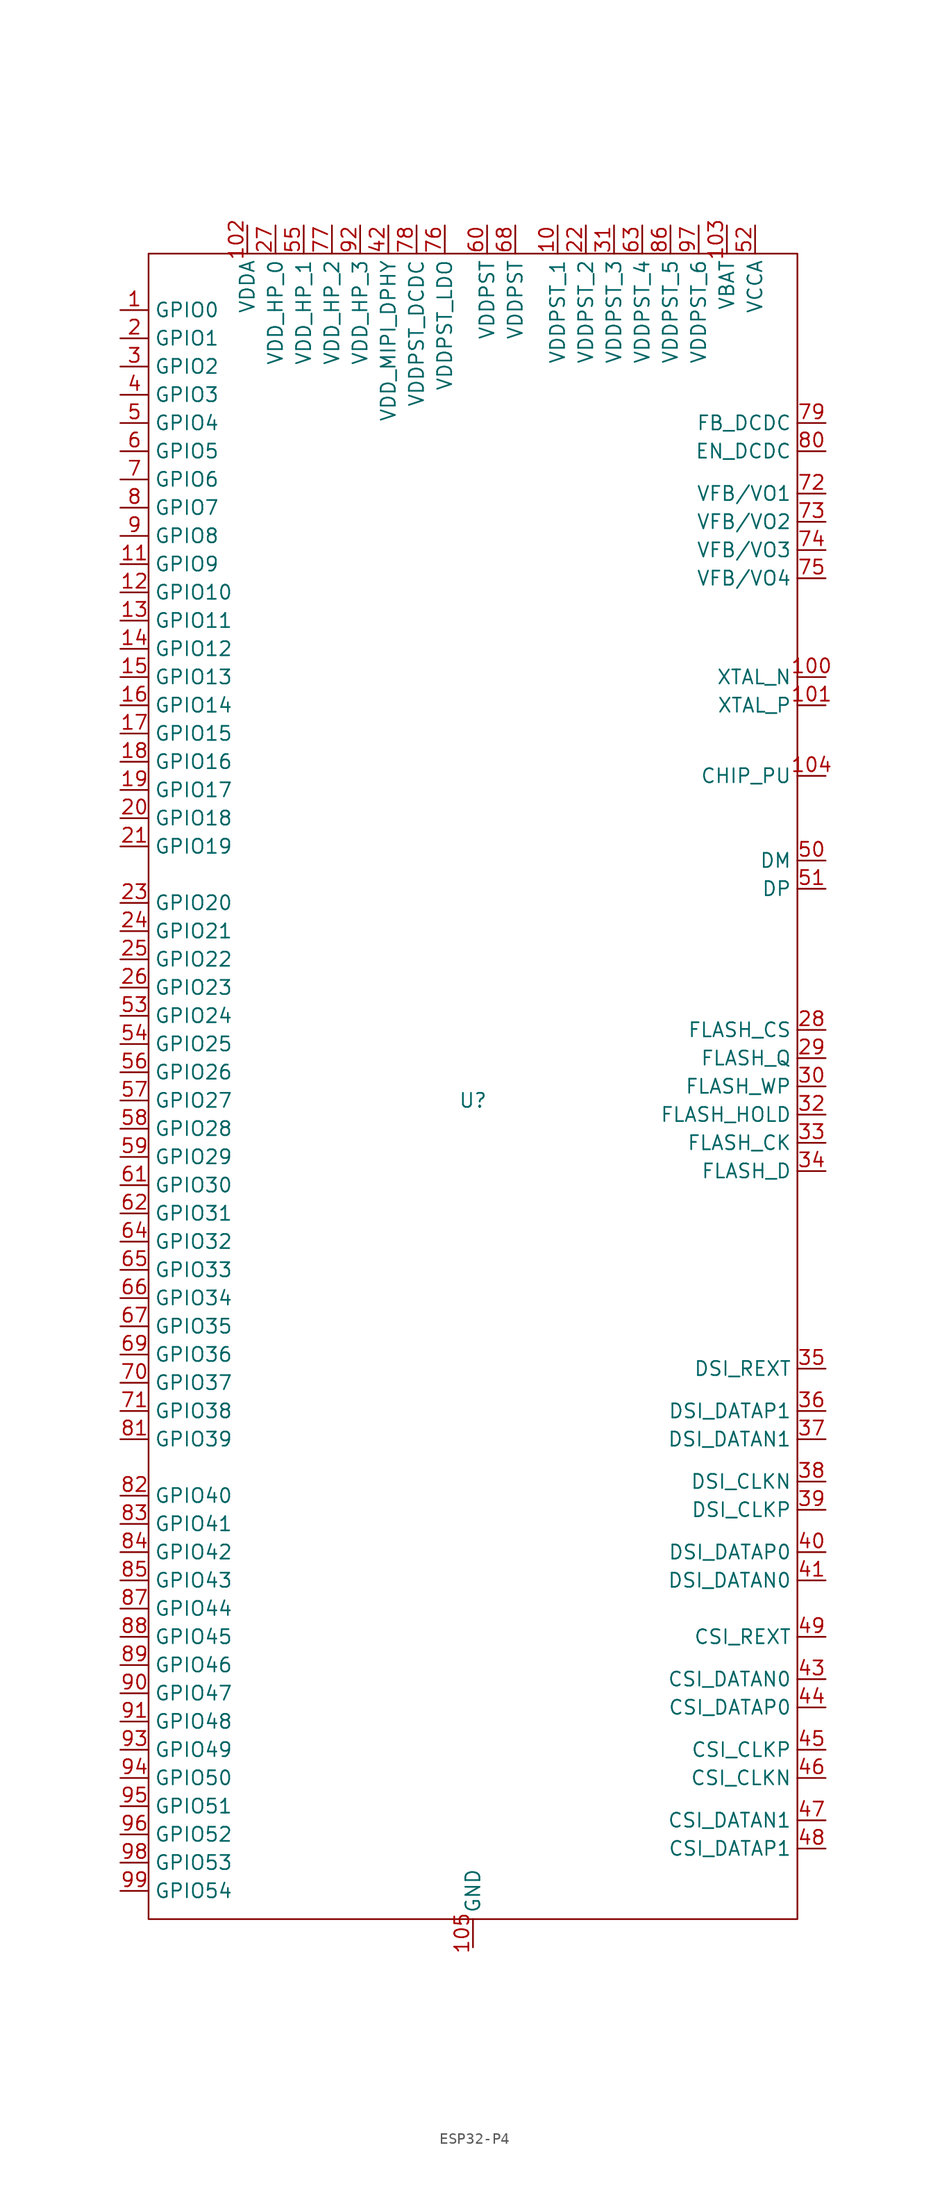
<source format=kicad_sym>
(kicad_symbol_lib
  (version 20231120)
  (generator "kicad_symbol_editor")
  (generator_version "8.0")
  (symbol "ESP32-P4"
    (property "Reference" "U"
      (at 0 0 0)
      (effects (font (size 1.27 1.27))))
    (property "Value" ""
      (at -6.35 0 0)
      (effects (font (size 1.27 1.27))))
    (symbol "ESP32-P4_1_1"
      (rectangle (start -29.21 76.2) (end 29.21 -73.66) (stroke (width 0) (type default)) (fill (type none)))
      (pin bidirectional line (at -31.75 71.12 0) (length 2.54) (name "GPIO0" (effects (font (size 1.27 1.27)))) (number "1" (effects (font (size 1.27 1.27)))))
      (pin power_out line (at 7.62 78.74 270) (length 2.54) (name "VDDPST_1" (effects (font (size 1.27 1.27)))) (number "10" (effects (font (size 1.27 1.27)))))
      (pin passive line (at 31.75 38.1 180) (length 2.54) (name "XTAL_N" (effects (font (size 1.27 1.27)))) (number "100" (effects (font (size 1.27 1.27)))))
      (pin passive line (at 31.75 35.56 180) (length 2.54) (name "XTAL_P" (effects (font (size 1.27 1.27)))) (number "101" (effects (font (size 1.27 1.27)))))
      (pin power_in line (at -20.32 78.74 270) (length 2.54) (name "VDDA" (effects (font (size 1.27 1.27)))) (number "102" (effects (font (size 1.27 1.27)))))
      (pin power_in line (at 22.86 78.74 270) (length 2.54) (name "VBAT" (effects (font (size 1.27 1.27)))) (number "103" (effects (font (size 1.27 1.27)))))
      (pin input line (at 31.75 29.21 180) (length 2.54) (name "CHIP_PU" (effects (font (size 1.27 1.27)))) (number "104" (effects (font (size 1.27 1.27)))))
      (pin power_in line (at 0 -76.2 90) (length 2.54) (name "GND" (effects (font (size 1.27 1.27)))) (number "105" (effects (font (size 1.27 1.27)))))
      (pin bidirectional line (at -31.75 48.26 0) (length 2.54) (name "GPIO9" (effects (font (size 1.27 1.27)))) (number "11" (effects (font (size 1.27 1.27)))))
      (pin bidirectional line (at -31.75 45.72 0) (length 2.54) (name "GPIO10" (effects (font (size 1.27 1.27)))) (number "12" (effects (font (size 1.27 1.27)))))
      (pin bidirectional line (at -31.75 43.18 0) (length 2.54) (name "GPIO11" (effects (font (size 1.27 1.27)))) (number "13" (effects (font (size 1.27 1.27)))))
      (pin bidirectional line (at -31.75 40.64 0) (length 2.54) (name "GPIO12" (effects (font (size 1.27 1.27)))) (number "14" (effects (font (size 1.27 1.27)))))
      (pin bidirectional line (at -31.75 38.1 0) (length 2.54) (name "GPIO13" (effects (font (size 1.27 1.27)))) (number "15" (effects (font (size 1.27 1.27)))))
      (pin bidirectional line (at -31.75 35.56 0) (length 2.54) (name "GPIO14" (effects (font (size 1.27 1.27)))) (number "16" (effects (font (size 1.27 1.27)))))
      (pin bidirectional line (at -31.75 33.02 0) (length 2.54) (name "GPIO15" (effects (font (size 1.27 1.27)))) (number "17" (effects (font (size 1.27 1.27)))))
      (pin bidirectional line (at -31.75 30.48 0) (length 2.54) (name "GPIO16" (effects (font (size 1.27 1.27)))) (number "18" (effects (font (size 1.27 1.27)))))
      (pin bidirectional line (at -31.75 27.94 0) (length 2.54) (name "GPIO17" (effects (font (size 1.27 1.27)))) (number "19" (effects (font (size 1.27 1.27)))))
      (pin bidirectional line (at -31.75 68.58 0) (length 2.54) (name "GPIO1" (effects (font (size 1.27 1.27)))) (number "2" (effects (font (size 1.27 1.27)))))
      (pin bidirectional line (at -31.75 25.4 0) (length 2.54) (name "GPIO18" (effects (font (size 1.27 1.27)))) (number "20" (effects (font (size 1.27 1.27)))))
      (pin bidirectional line (at -31.75 22.86 0) (length 2.54) (name "GPIO19" (effects (font (size 1.27 1.27)))) (number "21" (effects (font (size 1.27 1.27)))))
      (pin power_out line (at 10.16 78.74 270) (length 2.54) (name "VDDPST_2" (effects (font (size 1.27 1.27)))) (number "22" (effects (font (size 1.27 1.27)))))
      (pin bidirectional line (at -31.75 17.78 0) (length 2.54) (name "GPIO20" (effects (font (size 1.27 1.27)))) (number "23" (effects (font (size 1.27 1.27)))))
      (pin bidirectional line (at -31.75 15.24 0) (length 2.54) (name "GPIO21" (effects (font (size 1.27 1.27)))) (number "24" (effects (font (size 1.27 1.27)))))
      (pin bidirectional line (at -31.75 12.7 0) (length 2.54) (name "GPIO22" (effects (font (size 1.27 1.27)))) (number "25" (effects (font (size 1.27 1.27)))))
      (pin bidirectional line (at -31.75 10.16 0) (length 2.54) (name "GPIO23" (effects (font (size 1.27 1.27)))) (number "26" (effects (font (size 1.27 1.27)))))
      (pin power_out line (at -17.78 78.74 270) (length 2.54) (name "VDD_HP_0" (effects (font (size 1.27 1.27)))) (number "27" (effects (font (size 1.27 1.27)))))
      (pin output line (at 31.75 6.35 180) (length 2.54) (name "FLASH_CS" (effects (font (size 1.27 1.27)))) (number "28" (effects (font (size 1.27 1.27)))))
      (pin input line (at 31.75 3.81 180) (length 2.54) (name "FLASH_Q" (effects (font (size 1.27 1.27)))) (number "29" (effects (font (size 1.27 1.27)))))
      (pin bidirectional line (at -31.75 66.04 0) (length 2.54) (name "GPIO2" (effects (font (size 1.27 1.27)))) (number "3" (effects (font (size 1.27 1.27)))))
      (pin input line (at 31.75 1.27 180) (length 2.54) (name "FLASH_WP" (effects (font (size 1.27 1.27)))) (number "30" (effects (font (size 1.27 1.27)))))
      (pin power_out line (at 12.7 78.74 270) (length 2.54) (name "VDDPST_3" (effects (font (size 1.27 1.27)))) (number "31" (effects (font (size 1.27 1.27)))))
      (pin input line (at 31.75 -1.27 180) (length 2.54) (name "FLASH_HOLD" (effects (font (size 1.27 1.27)))) (number "32" (effects (font (size 1.27 1.27)))))
      (pin output line (at 31.75 -3.81 180) (length 2.54) (name "FLASH_CK" (effects (font (size 1.27 1.27)))) (number "33" (effects (font (size 1.27 1.27)))))
      (pin bidirectional line (at 31.75 -6.35 180) (length 2.54) (name "FLASH_D" (effects (font (size 1.27 1.27)))) (number "34" (effects (font (size 1.27 1.27)))))
      (pin passive line (at 31.75 -24.13 180) (length 2.54) (name "DSI_REXT" (effects (font (size 1.27 1.27)))) (number "35" (effects (font (size 1.27 1.27)))))
      (pin bidirectional line (at 31.75 -27.94 180) (length 2.54) (name "DSI_DATAP1" (effects (font (size 1.27 1.27)))) (number "36" (effects (font (size 1.27 1.27)))))
      (pin bidirectional line (at 31.75 -30.48 180) (length 2.54) (name "DSI_DATAN1" (effects (font (size 1.27 1.27)))) (number "37" (effects (font (size 1.27 1.27)))))
      (pin bidirectional line (at 31.75 -34.29 180) (length 2.54) (name "DSI_CLKN" (effects (font (size 1.27 1.27)))) (number "38" (effects (font (size 1.27 1.27)))))
      (pin bidirectional line (at 31.75 -36.83 180) (length 2.54) (name "DSI_CLKP" (effects (font (size 1.27 1.27)))) (number "39" (effects (font (size 1.27 1.27)))))
      (pin bidirectional line (at -31.75 63.5 0) (length 2.54) (name "GPIO3" (effects (font (size 1.27 1.27)))) (number "4" (effects (font (size 1.27 1.27)))))
      (pin bidirectional line (at 31.75 -40.64 180) (length 2.54) (name "DSI_DATAP0" (effects (font (size 1.27 1.27)))) (number "40" (effects (font (size 1.27 1.27)))))
      (pin bidirectional line (at 31.75 -43.18 180) (length 2.54) (name "DSI_DATAN0" (effects (font (size 1.27 1.27)))) (number "41" (effects (font (size 1.27 1.27)))))
      (pin power_out line (at -7.62 78.74 270) (length 2.54) (name "VDD_MIPI_DPHY" (effects (font (size 1.27 1.27)))) (number "42" (effects (font (size 1.27 1.27)))))
      (pin bidirectional line (at 31.75 -52.07 180) (length 2.54) (name "CSI_DATAN0" (effects (font (size 1.27 1.27)))) (number "43" (effects (font (size 1.27 1.27)))))
      (pin bidirectional line (at 31.75 -54.61 180) (length 2.54) (name "CSI_DATAP0" (effects (font (size 1.27 1.27)))) (number "44" (effects (font (size 1.27 1.27)))))
      (pin bidirectional line (at 31.75 -58.42 180) (length 2.54) (name "CSI_CLKP" (effects (font (size 1.27 1.27)))) (number "45" (effects (font (size 1.27 1.27)))))
      (pin bidirectional line (at 31.75 -60.96 180) (length 2.54) (name "CSI_CLKN" (effects (font (size 1.27 1.27)))) (number "46" (effects (font (size 1.27 1.27)))))
      (pin bidirectional line (at 31.75 -64.77 180) (length 2.54) (name "CSI_DATAN1" (effects (font (size 1.27 1.27)))) (number "47" (effects (font (size 1.27 1.27)))))
      (pin bidirectional line (at 31.75 -67.31 180) (length 2.54) (name "CSI_DATAP1" (effects (font (size 1.27 1.27)))) (number "48" (effects (font (size 1.27 1.27)))))
      (pin passive line (at 31.75 -48.26 180) (length 2.54) (name "CSI_REXT" (effects (font (size 1.27 1.27)))) (number "49" (effects (font (size 1.27 1.27)))))
      (pin bidirectional line (at -31.75 60.96 0) (length 2.54) (name "GPIO4" (effects (font (size 1.27 1.27)))) (number "5" (effects (font (size 1.27 1.27)))))
      (pin bidirectional line (at 31.75 21.59 180) (length 2.54) (name "DM" (effects (font (size 1.27 1.27)))) (number "50" (effects (font (size 1.27 1.27)))))
      (pin bidirectional line (at 31.75 19.05 180) (length 2.54) (name "DP" (effects (font (size 1.27 1.27)))) (number "51" (effects (font (size 1.27 1.27)))))
      (pin power_out line (at 25.4 78.74 270) (length 2.54) (name "VCCA" (effects (font (size 1.27 1.27)))) (number "52" (effects (font (size 1.27 1.27)))))
      (pin bidirectional line (at -31.75 7.62 0) (length 2.54) (name "GPIO24" (effects (font (size 1.27 1.27)))) (number "53" (effects (font (size 1.27 1.27)))))
      (pin bidirectional line (at -31.75 5.08 0) (length 2.54) (name "GPIO25" (effects (font (size 1.27 1.27)))) (number "54" (effects (font (size 1.27 1.27)))))
      (pin power_out line (at -15.24 78.74 270) (length 2.54) (name "VDD_HP_1" (effects (font (size 1.27 1.27)))) (number "55" (effects (font (size 1.27 1.27)))))
      (pin bidirectional line (at -31.75 2.54 0) (length 2.54) (name "GPIO26" (effects (font (size 1.27 1.27)))) (number "56" (effects (font (size 1.27 1.27)))))
      (pin bidirectional line (at -31.75 0 0) (length 2.54) (name "GPIO27" (effects (font (size 1.27 1.27)))) (number "57" (effects (font (size 1.27 1.27)))))
      (pin bidirectional line (at -31.75 -2.54 0) (length 2.54) (name "GPIO28" (effects (font (size 1.27 1.27)))) (number "58" (effects (font (size 1.27 1.27)))))
      (pin bidirectional line (at -31.75 -5.08 0) (length 2.54) (name "GPIO29" (effects (font (size 1.27 1.27)))) (number "59" (effects (font (size 1.27 1.27)))))
      (pin bidirectional line (at -31.75 58.42 0) (length 2.54) (name "GPIO5" (effects (font (size 1.27 1.27)))) (number "6" (effects (font (size 1.27 1.27)))))
      (pin power_out line (at 1.27 78.74 270) (length 2.54) (name "VDDPST" (effects (font (size 1.27 1.27)))) (number "60" (effects (font (size 1.27 1.27)))))
      (pin bidirectional line (at -31.75 -7.62 0) (length 2.54) (name "GPIO30" (effects (font (size 1.27 1.27)))) (number "61" (effects (font (size 1.27 1.27)))))
      (pin bidirectional line (at -31.75 -10.16 0) (length 2.54) (name "GPIO31" (effects (font (size 1.27 1.27)))) (number "62" (effects (font (size 1.27 1.27)))))
      (pin power_out line (at 15.24 78.74 270) (length 2.54) (name "VDDPST_4" (effects (font (size 1.27 1.27)))) (number "63" (effects (font (size 1.27 1.27)))))
      (pin bidirectional line (at -31.75 -12.7 0) (length 2.54) (name "GPIO32" (effects (font (size 1.27 1.27)))) (number "64" (effects (font (size 1.27 1.27)))))
      (pin bidirectional line (at -31.75 -15.24 0) (length 2.54) (name "GPIO33" (effects (font (size 1.27 1.27)))) (number "65" (effects (font (size 1.27 1.27)))))
      (pin bidirectional line (at -31.75 -17.78 0) (length 2.54) (name "GPIO34" (effects (font (size 1.27 1.27)))) (number "66" (effects (font (size 1.27 1.27)))))
      (pin bidirectional line (at -31.75 -20.32 0) (length 2.54) (name "GPIO35" (effects (font (size 1.27 1.27)))) (number "67" (effects (font (size 1.27 1.27)))))
      (pin power_out line (at 3.81 78.74 270) (length 2.54) (name "VDDPST" (effects (font (size 1.27 1.27)))) (number "68" (effects (font (size 1.27 1.27)))))
      (pin bidirectional line (at -31.75 -22.86 0) (length 2.54) (name "GPIO36" (effects (font (size 1.27 1.27)))) (number "69" (effects (font (size 1.27 1.27)))))
      (pin bidirectional line (at -31.75 55.88 0) (length 2.54) (name "GPIO6" (effects (font (size 1.27 1.27)))) (number "7" (effects (font (size 1.27 1.27)))))
      (pin bidirectional line (at -31.75 -25.4 0) (length 2.54) (name "GPIO37" (effects (font (size 1.27 1.27)))) (number "70" (effects (font (size 1.27 1.27)))))
      (pin bidirectional line (at -31.75 -27.94 0) (length 2.54) (name "GPIO38" (effects (font (size 1.27 1.27)))) (number "71" (effects (font (size 1.27 1.27)))))
      (pin power_out line (at 31.75 54.61 180) (length 2.54) (name "VFB/VO1" (effects (font (size 1.27 1.27)))) (number "72" (effects (font (size 1.27 1.27)))))
      (pin power_out line (at 31.75 52.07 180) (length 2.54) (name "VFB/VO2" (effects (font (size 1.27 1.27)))) (number "73" (effects (font (size 1.27 1.27)))))
      (pin power_out line (at 31.75 49.53 180) (length 2.54) (name "VFB/VO3" (effects (font (size 1.27 1.27)))) (number "74" (effects (font (size 1.27 1.27)))))
      (pin power_out line (at 31.75 46.99 180) (length 2.54) (name "VFB/VO4" (effects (font (size 1.27 1.27)))) (number "75" (effects (font (size 1.27 1.27)))))
      (pin power_out line (at -2.54 78.74 270) (length 2.54) (name "VDDPST_LDO" (effects (font (size 1.27 1.27)))) (number "76" (effects (font (size 1.27 1.27)))))
      (pin power_out line (at -12.7 78.74 270) (length 2.54) (name "VDD_HP_2" (effects (font (size 1.27 1.27)))) (number "77" (effects (font (size 1.27 1.27)))))
      (pin power_out line (at -5.08 78.74 270) (length 2.54) (name "VDDPST_DCDC" (effects (font (size 1.27 1.27)))) (number "78" (effects (font (size 1.27 1.27)))))
      (pin input line (at 31.75 60.96 180) (length 2.54) (name "FB_DCDC" (effects (font (size 1.27 1.27)))) (number "79" (effects (font (size 1.27 1.27)))))
      (pin bidirectional line (at -31.75 53.34 0) (length 2.54) (name "GPIO7" (effects (font (size 1.27 1.27)))) (number "8" (effects (font (size 1.27 1.27)))))
      (pin input line (at 31.75 58.42 180) (length 2.54) (name "EN_DCDC" (effects (font (size 1.27 1.27)))) (number "80" (effects (font (size 1.27 1.27)))))
      (pin bidirectional line (at -31.75 -30.48 0) (length 2.54) (name "GPIO39" (effects (font (size 1.27 1.27)))) (number "81" (effects (font (size 1.27 1.27)))))
      (pin bidirectional line (at -31.75 -35.56 0) (length 2.54) (name "GPIO40" (effects (font (size 1.27 1.27)))) (number "82" (effects (font (size 1.27 1.27)))))
      (pin bidirectional line (at -31.75 -38.1 0) (length 2.54) (name "GPIO41" (effects (font (size 1.27 1.27)))) (number "83" (effects (font (size 1.27 1.27)))))
      (pin bidirectional line (at -31.75 -40.64 0) (length 2.54) (name "GPIO42" (effects (font (size 1.27 1.27)))) (number "84" (effects (font (size 1.27 1.27)))))
      (pin bidirectional line (at -31.75 -43.18 0) (length 2.54) (name "GPIO43" (effects (font (size 1.27 1.27)))) (number "85" (effects (font (size 1.27 1.27)))))
      (pin power_out line (at 17.78 78.74 270) (length 2.54) (name "VDDPST_5" (effects (font (size 1.27 1.27)))) (number "86" (effects (font (size 1.27 1.27)))))
      (pin bidirectional line (at -31.75 -45.72 0) (length 2.54) (name "GPIO44" (effects (font (size 1.27 1.27)))) (number "87" (effects (font (size 1.27 1.27)))))
      (pin bidirectional line (at -31.75 -48.26 0) (length 2.54) (name "GPIO45" (effects (font (size 1.27 1.27)))) (number "88" (effects (font (size 1.27 1.27)))))
      (pin bidirectional line (at -31.75 -50.8 0) (length 2.54) (name "GPIO46" (effects (font (size 1.27 1.27)))) (number "89" (effects (font (size 1.27 1.27)))))
      (pin bidirectional line (at -31.75 50.8 0) (length 2.54) (name "GPIO8" (effects (font (size 1.27 1.27)))) (number "9" (effects (font (size 1.27 1.27)))))
      (pin bidirectional line (at -31.75 -53.34 0) (length 2.54) (name "GPIO47" (effects (font (size 1.27 1.27)))) (number "90" (effects (font (size 1.27 1.27)))))
      (pin bidirectional line (at -31.75 -55.88 0) (length 2.54) (name "GPIO48" (effects (font (size 1.27 1.27)))) (number "91" (effects (font (size 1.27 1.27)))))
      (pin power_out line (at -10.16 78.74 270) (length 2.54) (name "VDD_HP_3" (effects (font (size 1.27 1.27)))) (number "92" (effects (font (size 1.27 1.27)))))
      (pin bidirectional line (at -31.75 -58.42 0) (length 2.54) (name "GPIO49" (effects (font (size 1.27 1.27)))) (number "93" (effects (font (size 1.27 1.27)))))
      (pin bidirectional line (at -31.75 -60.96 0) (length 2.54) (name "GPIO50" (effects (font (size 1.27 1.27)))) (number "94" (effects (font (size 1.27 1.27)))))
      (pin bidirectional line (at -31.75 -63.5 0) (length 2.54) (name "GPIO51" (effects (font (size 1.27 1.27)))) (number "95" (effects (font (size 1.27 1.27)))))
      (pin bidirectional line (at -31.75 -66.04 0) (length 2.54) (name "GPIO52" (effects (font (size 1.27 1.27)))) (number "96" (effects (font (size 1.27 1.27)))))
      (pin power_out line (at 20.32 78.74 270) (length 2.54) (name "VDDPST_6" (effects (font (size 1.27 1.27)))) (number "97" (effects (font (size 1.27 1.27)))))
      (pin bidirectional line (at -31.75 -68.58 0) (length 2.54) (name "GPIO53" (effects (font (size 1.27 1.27)))) (number "98" (effects (font (size 1.27 1.27)))))
      (pin bidirectional line (at -31.75 -71.12 0) (length 2.54) (name "GPIO54" (effects (font (size 1.27 1.27)))) (number "99" (effects (font (size 1.27 1.27))))))))
</source>
